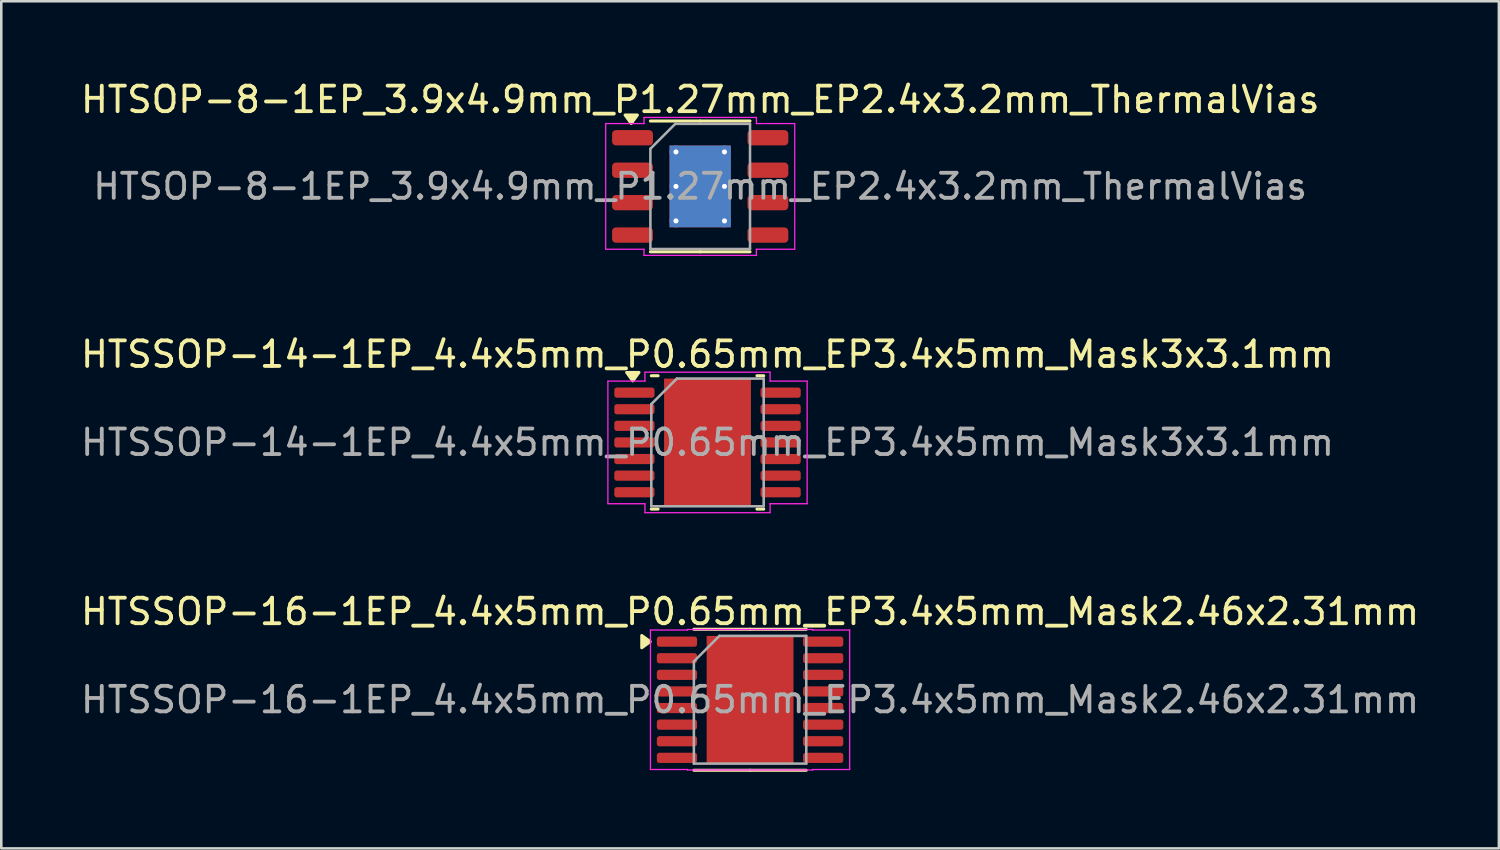
<source format=kicad_pcb>
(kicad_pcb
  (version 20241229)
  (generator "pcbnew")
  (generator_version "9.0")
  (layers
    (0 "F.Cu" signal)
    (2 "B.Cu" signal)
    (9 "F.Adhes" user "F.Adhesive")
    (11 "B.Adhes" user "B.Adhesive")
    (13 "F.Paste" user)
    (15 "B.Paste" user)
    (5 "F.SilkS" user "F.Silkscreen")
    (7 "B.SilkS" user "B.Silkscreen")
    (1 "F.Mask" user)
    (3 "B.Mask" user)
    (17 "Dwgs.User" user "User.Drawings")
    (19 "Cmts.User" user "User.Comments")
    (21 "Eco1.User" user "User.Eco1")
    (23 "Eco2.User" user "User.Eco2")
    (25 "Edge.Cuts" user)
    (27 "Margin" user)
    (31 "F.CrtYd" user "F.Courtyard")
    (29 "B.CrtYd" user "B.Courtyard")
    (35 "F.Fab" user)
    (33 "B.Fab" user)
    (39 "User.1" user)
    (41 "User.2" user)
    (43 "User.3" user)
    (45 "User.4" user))
  (footprint "HTSSOP-16-1EP_4.4x5mm_P0.65mm_EP3.4x5mm_Mask2.46x2.31mm"
    (layer "F.Cu")
    (at 26.315 24.345)
    (property "Reference" "HTSSOP-16-1EP_4.4x5mm_P0.65mm_EP3.4x5mm_Mask2.46x2.31mm" (at 0 -3.45 0) (layer "F.SilkS") (effects (font (size 1 1) (thickness 0.15))))
    (attr smd)
    (fp_line (start 0 -2.76) (end -2.2 -2.76) (stroke (width 0.12) (type solid)) (layer "F.SilkS"))
    (fp_line (start 0 -2.76) (end 2.2 -2.76) (stroke (width 0.12) (type solid)) (layer "F.SilkS"))
    (fp_line (start 0 2.76) (end -2.2 2.76) (stroke (width 0.12) (type solid)) (layer "F.SilkS"))
    (fp_line (start 0 2.76) (end 2.2 2.76) (stroke (width 0.12) (type solid)) (layer "F.SilkS"))
    (fp_poly (pts (xy -3.91 -2.275) (xy -4.24 -2.035) (xy -4.24 -2.515)) (stroke (width 0.12) (type solid)) (fill yes) (layer "F.SilkS"))
    (fp_line (start -3.9 -2.73) (end -2.45 -2.73) (stroke (width 0.05) (type solid)) (layer "F.CrtYd"))
    (fp_line (start -3.9 2.73) (end -3.9 -2.73) (stroke (width 0.05) (type solid)) (layer "F.CrtYd"))
    (fp_line (start -2.45 -2.75) (end 2.45 -2.75) (stroke (width 0.05) (type solid)) (layer "F.CrtYd"))
    (fp_line (start -2.45 -2.73) (end -2.45 -2.75) (stroke (width 0.05) (type solid)) (layer "F.CrtYd"))
    (fp_line (start -2.45 2.73) (end -3.9 2.73) (stroke (width 0.05) (type solid)) (layer "F.CrtYd"))
    (fp_line (start -2.45 2.75) (end -2.45 2.73) (stroke (width 0.05) (type solid)) (layer "F.CrtYd"))
    (fp_line (start 2.45 -2.75) (end 2.45 -2.73) (stroke (width 0.05) (type solid)) (layer "F.CrtYd"))
    (fp_line (start 2.45 -2.73) (end 3.9 -2.73) (stroke (width 0.05) (type solid)) (layer "F.CrtYd"))
    (fp_line (start 2.45 2.73) (end 2.45 2.75) (stroke (width 0.05) (type solid)) (layer "F.CrtYd"))
    (fp_line (start 2.45 2.75) (end -2.45 2.75) (stroke (width 0.05) (type solid)) (layer "F.CrtYd"))
    (fp_line (start 3.9 -2.73) (end 3.9 2.73) (stroke (width 0.05) (type solid)) (layer "F.CrtYd"))
    (fp_line (start 3.9 2.73) (end 2.45 2.73) (stroke (width 0.05) (type solid)) (layer "F.CrtYd"))
    (fp_line (start -2.2 -1.5) (end -1.2 -2.5) (stroke (width 0.1) (type solid)) (layer "F.Fab"))
    (fp_line (start -2.2 2.5) (end -2.2 -1.5) (stroke (width 0.1) (type solid)) (layer "F.Fab"))
    (fp_line (start -1.2 -2.5) (end 2.2 -2.5) (stroke (width 0.1) (type solid)) (layer "F.Fab"))
    (fp_line (start 2.2 -2.5) (end 2.2 2.5) (stroke (width 0.1) (type solid)) (layer "F.Fab"))
    (fp_line (start 2.2 2.5) (end -2.2 2.5) (stroke (width 0.1) (type solid)) (layer "F.Fab"))
    (fp_text user "${REFERENCE}" (at 0 0 0) (layer "F.Fab") (effects (font (size 1 1) (thickness 0.15))))
    (pad "" smd roundrect (at 0 -0.58) (size 1.98 0.93) (layers "F.Paste") (roundrect_rratio 0.25))
    (pad "" smd rect (at 0 0) (size 2.46 2.31) (layers "F.Mask"))
    (pad "" smd roundrect (at 0 0.58) (size 1.98 0.93) (layers "F.Paste") (roundrect_rratio 0.25))
    (pad "1" smd roundrect (at -2.862 -2.275) (size 1.575 0.4) (layers "F.Cu" "F.Mask" "F.Paste") (roundrect_rratio 0.25))
    (pad "2" smd roundrect (at -2.862 -1.625) (size 1.575 0.4) (layers "F.Cu" "F.Mask" "F.Paste") (roundrect_rratio 0.25))
    (pad "3" smd roundrect (at -2.862 -0.975) (size 1.575 0.4) (layers "F.Cu" "F.Mask" "F.Paste") (roundrect_rratio 0.25))
    (pad "4" smd roundrect (at -2.862 -0.325) (size 1.575 0.4) (layers "F.Cu" "F.Mask" "F.Paste") (roundrect_rratio 0.25))
    (pad "5" smd roundrect (at -2.862 0.325) (size 1.575 0.4) (layers "F.Cu" "F.Mask" "F.Paste") (roundrect_rratio 0.25))
    (pad "6" smd roundrect (at -2.862 0.975) (size 1.575 0.4) (layers "F.Cu" "F.Mask" "F.Paste") (roundrect_rratio 0.25))
    (pad "7" smd roundrect (at -2.862 1.625) (size 1.575 0.4) (layers "F.Cu" "F.Mask" "F.Paste") (roundrect_rratio 0.25))
    (pad "8" smd roundrect (at -2.862 2.275) (size 1.575 0.4) (layers "F.Cu" "F.Mask" "F.Paste") (roundrect_rratio 0.25))
    (pad "9" smd roundrect (at 2.862 2.275) (size 1.575 0.4) (layers "F.Cu" "F.Mask" "F.Paste") (roundrect_rratio 0.25))
    (pad "10" smd roundrect (at 2.862 1.625) (size 1.575 0.4) (layers "F.Cu" "F.Mask" "F.Paste") (roundrect_rratio 0.25))
    (pad "11" smd roundrect (at 2.862 0.975) (size 1.575 0.4) (layers "F.Cu" "F.Mask" "F.Paste") (roundrect_rratio 0.25))
    (pad "12" smd roundrect (at 2.862 0.325) (size 1.575 0.4) (layers "F.Cu" "F.Mask" "F.Paste") (roundrect_rratio 0.25))
    (pad "13" smd roundrect (at 2.862 -0.325) (size 1.575 0.4) (layers "F.Cu" "F.Mask" "F.Paste") (roundrect_rratio 0.25))
    (pad "14" smd roundrect (at 2.862 -0.975) (size 1.575 0.4) (layers "F.Cu" "F.Mask" "F.Paste") (roundrect_rratio 0.25))
    (pad "15" smd roundrect (at 2.862 -1.625) (size 1.575 0.4) (layers "F.Cu" "F.Mask" "F.Paste") (roundrect_rratio 0.25))
    (pad "16" smd roundrect (at 2.862 -2.275) (size 1.575 0.4) (layers "F.Cu" "F.Mask" "F.Paste") (roundrect_rratio 0.25))
    (pad "17" smd rect (at 0 0) (size 3.4 5) (property pad_prop_heatsink) (layers "F.Cu")))
  (footprint "HTSSOP-14-1EP_4.4x5mm_P0.65mm_EP3.4x5mm_Mask3x3.1mm"
    (layer "F.Cu")
    (at 24.649 14.271)
    (property "Reference" "HTSSOP-14-1EP_4.4x5mm_P0.65mm_EP3.4x5mm_Mask3x3.1mm" (at 0 -3.45 0) (layer "F.SilkS") (effects (font (size 1 1) (thickness 0.15))))
    (attr smd)
    (fp_line (start -1.936 -2.61) (end -2.2 -2.61) (stroke (width 0.12) (type solid)) (layer "F.SilkS"))
    (fp_line (start -1.936 2.61) (end -2.2 2.61) (stroke (width 0.12) (type solid)) (layer "F.SilkS"))
    (fp_line (start 1.936 -2.61) (end 2.2 -2.61) (stroke (width 0.12) (type solid)) (layer "F.SilkS"))
    (fp_line (start 1.936 2.61) (end 2.2 2.61) (stroke (width 0.12) (type solid)) (layer "F.SilkS"))
    (fp_poly (pts (xy -2.925 -2.41) (xy -3.165 -2.74) (xy -2.685 -2.74)) (stroke (width 0.12) (type solid)) (fill yes) (layer "F.SilkS"))
    (fp_line (start -3.9 -2.4) (end -2.45 -2.4) (stroke (width 0.05) (type solid)) (layer "F.CrtYd"))
    (fp_line (start -3.9 2.4) (end -3.9 -2.4) (stroke (width 0.05) (type solid)) (layer "F.CrtYd"))
    (fp_line (start -2.45 -2.75) (end 2.45 -2.75) (stroke (width 0.05) (type solid)) (layer "F.CrtYd"))
    (fp_line (start -2.45 -2.4) (end -2.45 -2.75) (stroke (width 0.05) (type solid)) (layer "F.CrtYd"))
    (fp_line (start -2.45 2.4) (end -3.9 2.4) (stroke (width 0.05) (type solid)) (layer "F.CrtYd"))
    (fp_line (start -2.45 2.75) (end -2.45 2.4) (stroke (width 0.05) (type solid)) (layer "F.CrtYd"))
    (fp_line (start 2.45 -2.75) (end 2.45 -2.4) (stroke (width 0.05) (type solid)) (layer "F.CrtYd"))
    (fp_line (start 2.45 -2.4) (end 3.9 -2.4) (stroke (width 0.05) (type solid)) (layer "F.CrtYd"))
    (fp_line (start 2.45 2.4) (end 2.45 2.75) (stroke (width 0.05) (type solid)) (layer "F.CrtYd"))
    (fp_line (start 2.45 2.75) (end -2.45 2.75) (stroke (width 0.05) (type solid)) (layer "F.CrtYd"))
    (fp_line (start 3.9 -2.4) (end 3.9 2.4) (stroke (width 0.05) (type solid)) (layer "F.CrtYd"))
    (fp_line (start 3.9 2.4) (end 2.45 2.4) (stroke (width 0.05) (type solid)) (layer "F.CrtYd"))
    (fp_line (start -2.2 -1.5) (end -1.2 -2.5) (stroke (width 0.1) (type solid)) (layer "F.Fab"))
    (fp_line (start -2.2 2.5) (end -2.2 -1.5) (stroke (width 0.1) (type solid)) (layer "F.Fab"))
    (fp_line (start -1.2 -2.5) (end 2.2 -2.5) (stroke (width 0.1) (type solid)) (layer "F.Fab"))
    (fp_line (start 2.2 -2.5) (end 2.2 2.5) (stroke (width 0.1) (type solid)) (layer "F.Fab"))
    (fp_line (start 2.2 2.5) (end -2.2 2.5) (stroke (width 0.1) (type solid)) (layer "F.Fab"))
    (fp_text user "${REFERENCE}" (at 0 0 0) (layer "F.Fab") (effects (font (size 1 1) (thickness 0.15))))
    (pad "" smd roundrect (at -0.75 -0.775) (size 1.21 1.25) (layers "F.Paste") (roundrect_rratio 0.207))
    (pad "" smd roundrect (at -0.75 0.775) (size 1.21 1.25) (layers "F.Paste") (roundrect_rratio 0.207))
    (pad "" smd rect (at 0 0) (size 3 3.1) (layers "F.Mask"))
    (pad "" smd roundrect (at 0.75 -0.775) (size 1.21 1.25) (layers "F.Paste") (roundrect_rratio 0.207))
    (pad "" smd roundrect (at 0.75 0.775) (size 1.21 1.25) (layers "F.Paste") (roundrect_rratio 0.207))
    (pad "1" smd roundrect (at -2.862 -1.95) (size 1.575 0.4) (layers "F.Cu" "F.Mask" "F.Paste") (roundrect_rratio 0.25))
    (pad "2" smd roundrect (at -2.862 -1.3) (size 1.575 0.4) (layers "F.Cu" "F.Mask" "F.Paste") (roundrect_rratio 0.25))
    (pad "3" smd roundrect (at -2.862 -0.65) (size 1.575 0.4) (layers "F.Cu" "F.Mask" "F.Paste") (roundrect_rratio 0.25))
    (pad "4" smd roundrect (at -2.862 0) (size 1.575 0.4) (layers "F.Cu" "F.Mask" "F.Paste") (roundrect_rratio 0.25))
    (pad "5" smd roundrect (at -2.862 0.65) (size 1.575 0.4) (layers "F.Cu" "F.Mask" "F.Paste") (roundrect_rratio 0.25))
    (pad "6" smd roundrect (at -2.862 1.3) (size 1.575 0.4) (layers "F.Cu" "F.Mask" "F.Paste") (roundrect_rratio 0.25))
    (pad "7" smd roundrect (at -2.862 1.95) (size 1.575 0.4) (layers "F.Cu" "F.Mask" "F.Paste") (roundrect_rratio 0.25))
    (pad "8" smd roundrect (at 2.862 1.95) (size 1.575 0.4) (layers "F.Cu" "F.Mask" "F.Paste") (roundrect_rratio 0.25))
    (pad "9" smd roundrect (at 2.862 1.3) (size 1.575 0.4) (layers "F.Cu" "F.Mask" "F.Paste") (roundrect_rratio 0.25))
    (pad "10" smd roundrect (at 2.862 0.65) (size 1.575 0.4) (layers "F.Cu" "F.Mask" "F.Paste") (roundrect_rratio 0.25))
    (pad "11" smd roundrect (at 2.862 0) (size 1.575 0.4) (layers "F.Cu" "F.Mask" "F.Paste") (roundrect_rratio 0.25))
    (pad "12" smd roundrect (at 2.862 -0.65) (size 1.575 0.4) (layers "F.Cu" "F.Mask" "F.Paste") (roundrect_rratio 0.25))
    (pad "13" smd roundrect (at 2.862 -1.3) (size 1.575 0.4) (layers "F.Cu" "F.Mask" "F.Paste") (roundrect_rratio 0.25))
    (pad "14" smd roundrect (at 2.862 -1.95) (size 1.575 0.4) (layers "F.Cu" "F.Mask" "F.Paste") (roundrect_rratio 0.25))
    (pad "15" smd rect (at 0 0) (size 3.4 5) (property pad_prop_heatsink) (layers "F.Cu")))
  (footprint "HTSOP-8-1EP_3.9x4.9mm_P1.27mm_EP2.4x3.2mm_ThermalVias"
    (layer "F.Cu")
    (at 24.363 4.248)
    (property "Reference" "HTSOP-8-1EP_3.9x4.9mm_P1.27mm_EP2.4x3.2mm_ThermalVias" (at 0 -3.4 0) (layer "F.SilkS") (effects (font (size 1 1) (thickness 0.15))))
    (attr smd)
    (fp_line (start 0 -2.56) (end -1.95 -2.56) (stroke (width 0.12) (type solid)) (layer "F.SilkS"))
    (fp_line (start 0 -2.56) (end 1.95 -2.56) (stroke (width 0.12) (type solid)) (layer "F.SilkS"))
    (fp_line (start 0 2.56) (end -1.95 2.56) (stroke (width 0.12) (type solid)) (layer "F.SilkS"))
    (fp_line (start 0 2.56) (end 1.95 2.56) (stroke (width 0.12) (type solid)) (layer "F.SilkS"))
    (fp_poly (pts (xy -2.7 -2.465) (xy -2.94 -2.795) (xy -2.46 -2.795)) (stroke (width 0.12) (type solid)) (fill yes) (layer "F.SilkS"))
    (fp_line (start -3.7 -2.46) (end -2.2 -2.46) (stroke (width 0.05) (type solid)) (layer "F.CrtYd"))
    (fp_line (start -3.7 2.46) (end -3.7 -2.46) (stroke (width 0.05) (type solid)) (layer "F.CrtYd"))
    (fp_line (start -2.2 -2.7) (end 2.2 -2.7) (stroke (width 0.05) (type solid)) (layer "F.CrtYd"))
    (fp_line (start -2.2 -2.46) (end -2.2 -2.7) (stroke (width 0.05) (type solid)) (layer "F.CrtYd"))
    (fp_line (start -2.2 2.46) (end -3.7 2.46) (stroke (width 0.05) (type solid)) (layer "F.CrtYd"))
    (fp_line (start -2.2 2.7) (end -2.2 2.46) (stroke (width 0.05) (type solid)) (layer "F.CrtYd"))
    (fp_line (start 2.2 -2.7) (end 2.2 -2.46) (stroke (width 0.05) (type solid)) (layer "F.CrtYd"))
    (fp_line (start 2.2 -2.46) (end 3.7 -2.46) (stroke (width 0.05) (type solid)) (layer "F.CrtYd"))
    (fp_line (start 2.2 2.46) (end 2.2 2.7) (stroke (width 0.05) (type solid)) (layer "F.CrtYd"))
    (fp_line (start 2.2 2.7) (end -2.2 2.7) (stroke (width 0.05) (type solid)) (layer "F.CrtYd"))
    (fp_line (start 3.7 -2.46) (end 3.7 2.46) (stroke (width 0.05) (type solid)) (layer "F.CrtYd"))
    (fp_line (start 3.7 2.46) (end 2.2 2.46) (stroke (width 0.05) (type solid)) (layer "F.CrtYd"))
    (fp_line (start -1.95 -1.475) (end -0.975 -2.45) (stroke (width 0.1) (type solid)) (layer "F.Fab"))
    (fp_line (start -1.95 2.45) (end -1.95 -1.475) (stroke (width 0.1) (type solid)) (layer "F.Fab"))
    (fp_line (start -0.975 -2.45) (end 1.95 -2.45) (stroke (width 0.1) (type solid)) (layer "F.Fab"))
    (fp_line (start 1.95 -2.45) (end 1.95 2.45) (stroke (width 0.1) (type solid)) (layer "F.Fab"))
    (fp_line (start 1.95 2.45) (end -1.95 2.45) (stroke (width 0.1) (type solid)) (layer "F.Fab"))
    (fp_text user "${REFERENCE}" (at 0 0 0) (layer "F.Fab") (effects (font (size 0.98 0.98) (thickness 0.15))))
    (pad "" smd roundrect (at -0.6 -0.8) (size 0.97 1.29) (layers "F.Paste") (roundrect_rratio 0.25))
    (pad "" smd roundrect (at -0.6 0.8) (size 0.97 1.29) (layers "F.Paste") (roundrect_rratio 0.25))
    (pad "" smd roundrect (at 0.6 -0.8) (size 0.97 1.29) (layers "F.Paste") (roundrect_rratio 0.25))
    (pad "" smd roundrect (at 0.6 0.8) (size 0.97 1.29) (layers "F.Paste") (roundrect_rratio 0.25))
    (pad "1" smd roundrect (at -2.65 -1.905) (size 1.6 0.6) (layers "F.Cu" "F.Mask" "F.Paste") (roundrect_rratio 0.25))
    (pad "2" smd roundrect (at -2.65 -0.635) (size 1.6 0.6) (layers "F.Cu" "F.Mask" "F.Paste") (roundrect_rratio 0.25))
    (pad "3" smd roundrect (at -2.65 0.635) (size 1.6 0.6) (layers "F.Cu" "F.Mask" "F.Paste") (roundrect_rratio 0.25))
    (pad "4" smd roundrect (at -2.65 1.905) (size 1.6 0.6) (layers "F.Cu" "F.Mask" "F.Paste") (roundrect_rratio 0.25))
    (pad "5" smd roundrect (at 2.65 1.905) (size 1.6 0.6) (layers "F.Cu" "F.Mask" "F.Paste") (roundrect_rratio 0.25))
    (pad "6" smd roundrect (at 2.65 0.635) (size 1.6 0.6) (layers "F.Cu" "F.Mask" "F.Paste") (roundrect_rratio 0.25))
    (pad "7" smd roundrect (at 2.65 -0.635) (size 1.6 0.6) (layers "F.Cu" "F.Mask" "F.Paste") (roundrect_rratio 0.25))
    (pad "8" smd roundrect (at 2.65 -1.905) (size 1.6 0.6) (layers "F.Cu" "F.Mask" "F.Paste") (roundrect_rratio 0.25))
    (pad "9" thru_hole circle (at -0.95 -1.35) (size 0.5 0.5) (drill 0.2) (property pad_prop_heatsink) (layers "*.Cu"))
    (pad "9" thru_hole circle (at -0.95 0) (size 0.5 0.5) (drill 0.2) (property pad_prop_heatsink) (layers "*.Cu"))
    (pad "9" thru_hole circle (at -0.95 1.35) (size 0.5 0.5) (drill 0.2) (property pad_prop_heatsink) (layers "*.Cu"))
    (pad "9" smd rect (at 0 0) (size 2.4 3.2) (property pad_prop_heatsink) (layers "F.Cu" "F.Mask"))
    (pad "9" smd rect (at 0 0) (size 2.4 3.2) (property pad_prop_heatsink) (layers "B.Cu"))
    (pad "9" thru_hole circle (at 0.95 -1.35) (size 0.5 0.5) (drill 0.2) (property pad_prop_heatsink) (layers "*.Cu"))
    (pad "9" thru_hole circle (at 0.95 0) (size 0.5 0.5) (drill 0.2) (property pad_prop_heatsink) (layers "*.Cu"))
    (pad "9" thru_hole circle (at 0.95 1.35) (size 0.5 0.5) (drill 0.2) (property pad_prop_heatsink) (layers "*.Cu")))
  (gr_rect
    (start -3 -3)
    (end 55.631 30.165)
    (stroke (width 0.1) (type default))
    (fill no)
    (layer "Edge.Cuts")))
</source>
